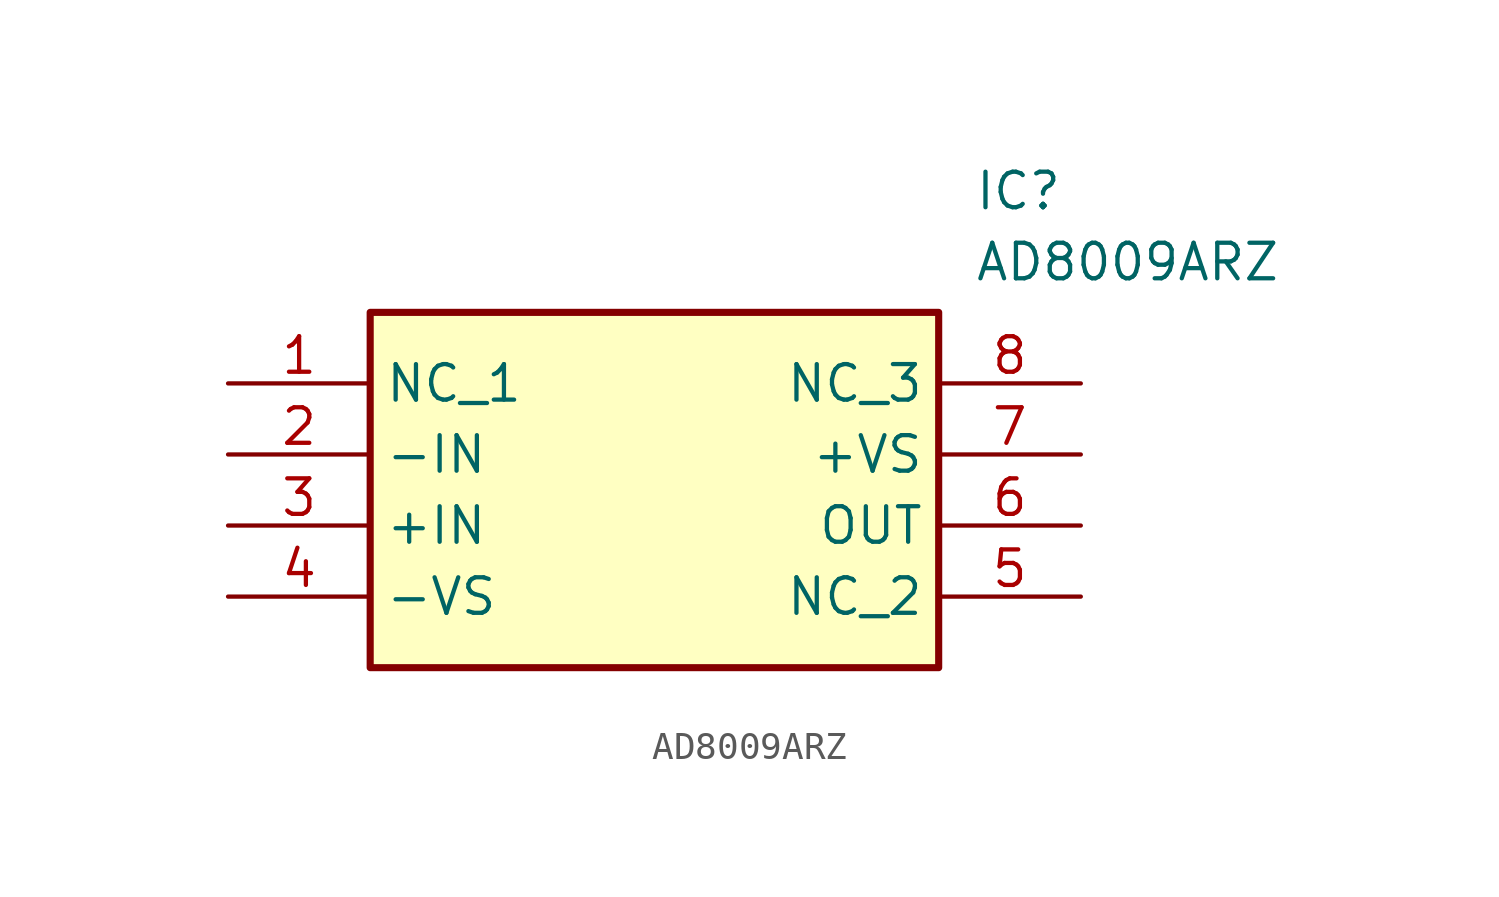
<source format=kicad_sym>
(kicad_symbol_lib
  (version 20211014)
  (generator SamacSys_ECAD_Model)
  (symbol "AD8009ARZ"
    (property "Reference" "IC"
      (at 26.67 7.62 0)
      (effects (font (size 1.27 1.27)) (justify left top)))
    (property "Value" "AD8009ARZ"
      (at 26.67 5.08 0)
      (effects (font (size 1.27 1.27)) (justify left top)))
    (rectangle
      (start 5.08 2.54)
      (end 25.4 -10.16)
      (stroke (width 0.254) (type default))
      (fill (type background)))
    (pin passive line
      (at 0 0 0)
      (length 5.08)
      (name "NC_1" (effects (font (size 1.27 1.27))))
      (number "1" (effects (font (size 1.27 1.27)))))
    (pin passive line
      (at 0 -2.54 0)
      (length 5.08)
      (name "-IN" (effects (font (size 1.27 1.27))))
      (number "2" (effects (font (size 1.27 1.27)))))
    (pin passive line
      (at 0 -5.08 0)
      (length 5.08)
      (name "+IN" (effects (font (size 1.27 1.27))))
      (number "3" (effects (font (size 1.27 1.27)))))
    (pin passive line
      (at 0 -7.62 0)
      (length 5.08)
      (name "-VS" (effects (font (size 1.27 1.27))))
      (number "4" (effects (font (size 1.27 1.27)))))
    (pin passive line
      (at 30.48 0 180)
      (length 5.08)
      (name "NC_3" (effects (font (size 1.27 1.27))))
      (number "8" (effects (font (size 1.27 1.27)))))
    (pin passive line
      (at 30.48 -2.54 180)
      (length 5.08)
      (name "+VS" (effects (font (size 1.27 1.27))))
      (number "7" (effects (font (size 1.27 1.27)))))
    (pin passive line
      (at 30.48 -5.08 180)
      (length 5.08)
      (name "OUT" (effects (font (size 1.27 1.27))))
      (number "6" (effects (font (size 1.27 1.27)))))
    (pin passive line
      (at 30.48 -7.62 180)
      (length 5.08)
      (name "NC_2" (effects (font (size 1.27 1.27))))
      (number "5" (effects (font (size 1.27 1.27)))))))
</source>
